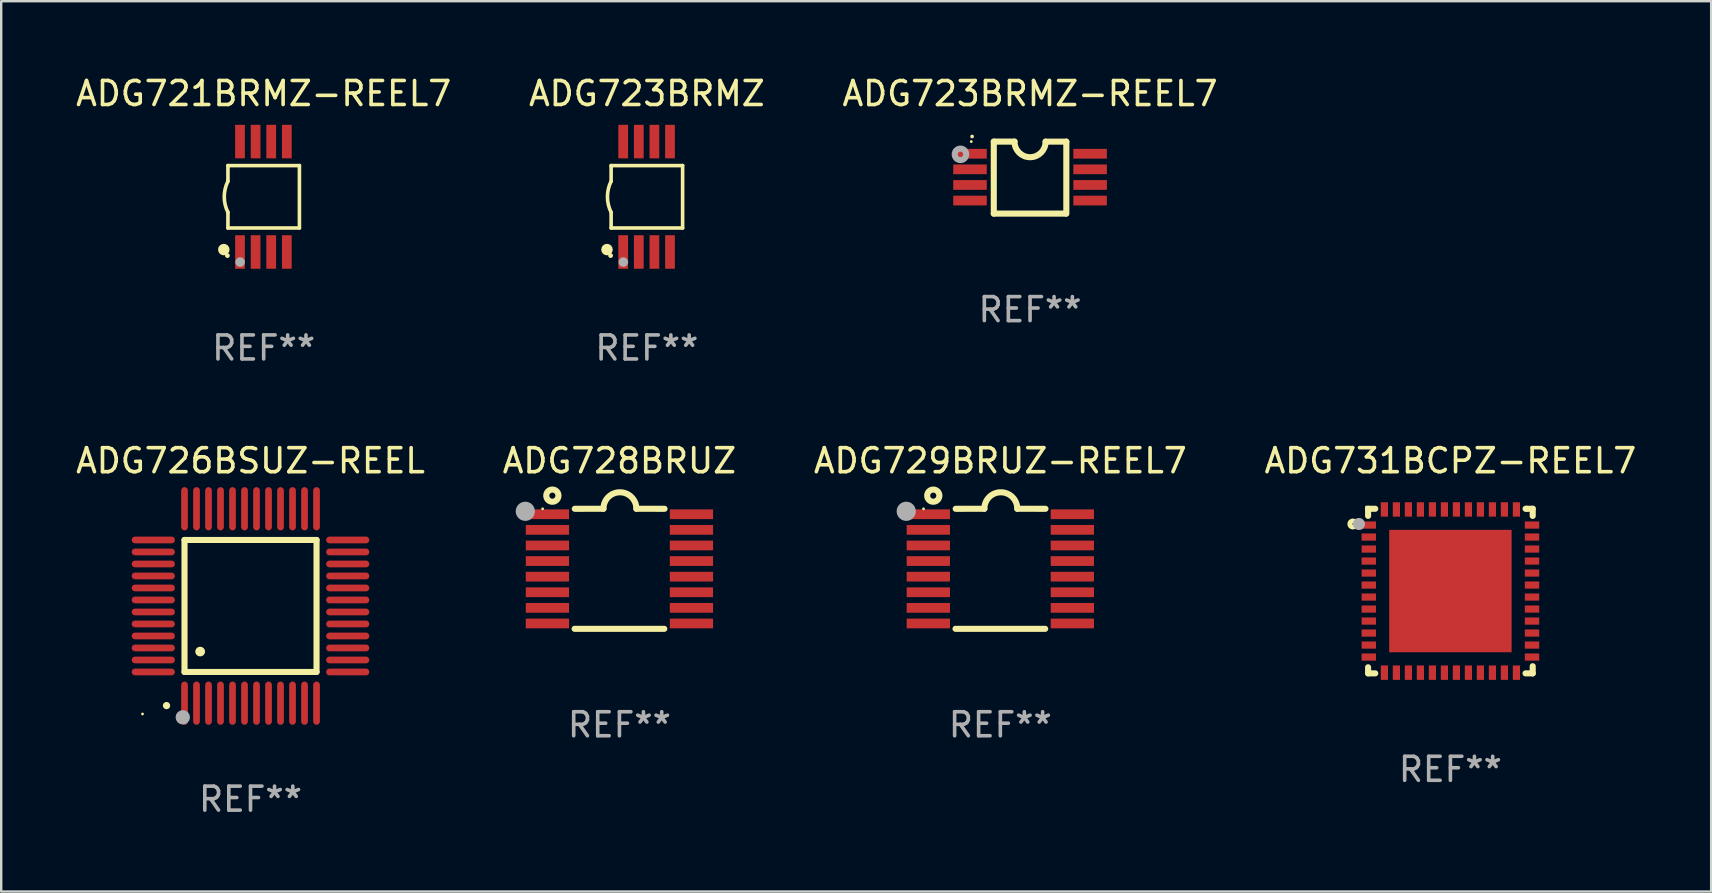
<source format=kicad_pcb>
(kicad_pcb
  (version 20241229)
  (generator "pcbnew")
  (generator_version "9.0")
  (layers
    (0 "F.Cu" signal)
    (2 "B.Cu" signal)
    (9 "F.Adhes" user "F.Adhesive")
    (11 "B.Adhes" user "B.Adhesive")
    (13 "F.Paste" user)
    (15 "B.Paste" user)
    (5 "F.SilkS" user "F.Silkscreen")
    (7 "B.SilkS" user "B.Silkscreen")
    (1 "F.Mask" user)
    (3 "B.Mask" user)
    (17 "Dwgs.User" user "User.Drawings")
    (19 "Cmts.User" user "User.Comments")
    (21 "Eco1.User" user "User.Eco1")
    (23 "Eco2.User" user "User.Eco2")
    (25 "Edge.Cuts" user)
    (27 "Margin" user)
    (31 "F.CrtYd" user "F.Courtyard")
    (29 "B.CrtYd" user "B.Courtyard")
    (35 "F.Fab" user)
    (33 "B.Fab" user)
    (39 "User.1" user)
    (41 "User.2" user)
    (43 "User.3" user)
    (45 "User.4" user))
  (footprint "ADG729BRUZ-REEL7"
    (layer "F.Cu")
    (at 38.625 20.646)
    (property "Reference" "ADG729BRUZ-REEL7" (at 0 -4.501 0) (layer "F.SilkS") (effects (font (size 1 1) (thickness 0.15))))
    (attr through_hole)
    (fp_line (start -1.868 2.501) (end 1.868 2.501) (stroke (width 0.254) (type solid)) (layer "F.SilkS"))
    (fp_line (start -1.86 -2.499) (end -0.666 -2.501) (stroke (width 0.254) (type solid)) (layer "F.SilkS"))
    (fp_line (start 0.706 -2.501) (end 1.88 -2.499) (stroke (width 0.254) (type solid)) (layer "F.SilkS"))
    (fp_arc (start -0.665914 -2.501448) (mid 0.019888 -3.18725) (end 0.70569 -2.501448) (stroke (width 0.254001) (type solid)) (layer "F.SilkS"))
    (fp_circle (center -3.2 -2.497) (end -3.17 -2.497) (stroke (width 0.06) (type solid)) (fill no) (layer "F.SilkS"))
    (fp_circle (center -2.794 -3.047) (end -2.54 -3.047) (stroke (width 0.254) (type solid)) (fill no) (layer "F.SilkS"))
    (fp_circle (center -3.921 -2.395) (end -3.721 -2.395) (stroke (width 0.4) (type solid)) (fill no) (layer "F.Fab"))
    (fp_text user "REF**" (at 0 6.501 0) (layer "F.Fab") (effects (font (size 1 1) (thickness 0.15))))
    (pad "1" smd rect (at -3 -2.272) (size 1.803 0.406) (layers "F.Cu" "F.Mask" "F.Paste"))
    (pad "2" smd rect (at -3 -1.622) (size 1.803 0.406) (layers "F.Cu" "F.Mask" "F.Paste"))
    (pad "3" smd rect (at -3 -0.972) (size 1.803 0.406) (layers "F.Cu" "F.Mask" "F.Paste"))
    (pad "4" smd rect (at -3 -0.322) (size 1.803 0.406) (layers "F.Cu" "F.Mask" "F.Paste"))
    (pad "5" smd rect (at -3 0.328) (size 1.803 0.406) (layers "F.Cu" "F.Mask" "F.Paste"))
    (pad "6" smd rect (at -3 0.978) (size 1.803 0.406) (layers "F.Cu" "F.Mask" "F.Paste"))
    (pad "7" smd rect (at -3 1.628) (size 1.803 0.406) (layers "F.Cu" "F.Mask" "F.Paste"))
    (pad "8" smd rect (at -3 2.278) (size 1.803 0.406) (layers "F.Cu" "F.Mask" "F.Paste"))
    (pad "9" smd rect (at 3 2.278) (size 1.803 0.406) (layers "F.Cu" "F.Mask" "F.Paste"))
    (pad "10" smd rect (at 3 1.628) (size 1.803 0.406) (layers "F.Cu" "F.Mask" "F.Paste"))
    (pad "11" smd rect (at 3 0.978) (size 1.803 0.406) (layers "F.Cu" "F.Mask" "F.Paste"))
    (pad "12" smd rect (at 3 0.328) (size 1.803 0.406) (layers "F.Cu" "F.Mask" "F.Paste"))
    (pad "13" smd rect (at 3 -0.322) (size 1.803 0.406) (layers "F.Cu" "F.Mask" "F.Paste"))
    (pad "14" smd rect (at 3 -0.972) (size 1.803 0.406) (layers "F.Cu" "F.Mask" "F.Paste"))
    (pad "15" smd rect (at 3 -1.622) (size 1.803 0.406) (layers "F.Cu" "F.Mask" "F.Paste"))
    (pad "16" smd rect (at 3 -2.272) (size 1.803 0.406) (layers "F.Cu" "F.Mask" "F.Paste")))
  (footprint "ADG723BRMZ-REEL7"
    (layer "F.Cu")
    (at 39.863 4.35)
    (property "Reference" "ADG723BRMZ-REEL7" (at 0 -3.501 0) (layer "F.SilkS") (effects (font (size 1 1) (thickness 0.15))))
    (attr through_hole)
    (fp_line (start -1.511 -1.501) (end -1.511 1.499) (stroke (width 0.254) (type solid)) (layer "F.SilkS"))
    (fp_line (start -1.511 -1.501) (end -0.648 -1.501) (stroke (width 0.254) (type solid)) (layer "F.SilkS"))
    (fp_line (start -1.511 1.499) (end 1.489 1.499) (stroke (width 0.254) (type solid)) (layer "F.SilkS"))
    (fp_line (start 0.648 -1.499) (end 1.511 -1.499) (stroke (width 0.254) (type solid)) (layer "F.SilkS"))
    (fp_line (start 1.511 -1.499) (end 1.511 1.501) (stroke (width 0.254) (type solid)) (layer "F.SilkS"))
    (fp_arc (start -2.41491 -1.713233) (mid -2.414916 -1.714503) (end -2.41491 -1.715773) (stroke (width 0.150013) (type solid)) (layer "F.SilkS"))
    (fp_arc (start 0.647803 -1.498603) (mid 0.000102 -0.850902) (end -0.647599 -1.498603) (stroke (width 0.254001) (type solid)) (layer "F.SilkS"))
    (fp_circle (center -2.45 -1.501) (end -2.42 -1.501) (stroke (width 0.06) (type solid)) (fill no) (layer "F.SilkS"))
    (fp_circle (center -2.9 -0.97) (end -2.788 -0.97) (stroke (width 0.254) (type solid)) (fill no) (layer "F.Fab"))
    (fp_text user "REF**" (at 0 5.501 0) (layer "F.Fab") (effects (font (size 1 1) (thickness 0.15))))
    (pad "1" smd rect (at -2.502 -0.995) (size 1.397 0.406) (layers "F.Cu" "F.Mask" "F.Paste"))
    (pad "2" smd rect (at -2.502 -0.345) (size 1.397 0.406) (layers "F.Cu" "F.Mask" "F.Paste"))
    (pad "3" smd rect (at -2.502 0.305) (size 1.397 0.406) (layers "F.Cu" "F.Mask" "F.Paste"))
    (pad "4" smd rect (at -2.502 0.955) (size 1.397 0.406) (layers "F.Cu" "F.Mask" "F.Paste"))
    (pad "5" smd rect (at 2.502 0.955) (size 1.397 0.406) (layers "F.Cu" "F.Mask" "F.Paste"))
    (pad "6" smd rect (at 2.502 0.305) (size 1.397 0.406) (layers "F.Cu" "F.Mask" "F.Paste"))
    (pad "7" smd rect (at 2.502 -0.345) (size 1.397 0.406) (layers "F.Cu" "F.Mask" "F.Paste"))
    (pad "8" smd rect (at 2.502 -0.995) (size 1.397 0.406) (layers "F.Cu" "F.Mask" "F.Paste")))
  (footprint "ADG728BRUZ"
    (layer "F.Cu")
    (at 22.756 20.646)
    (property "Reference" "ADG728BRUZ" (at 0 -4.501 0) (layer "F.SilkS") (effects (font (size 1 1) (thickness 0.15))))
    (attr through_hole)
    (fp_line (start -1.868 2.501) (end 1.868 2.501) (stroke (width 0.254) (type solid)) (layer "F.SilkS"))
    (fp_line (start -1.86 -2.499) (end -0.666 -2.501) (stroke (width 0.254) (type solid)) (layer "F.SilkS"))
    (fp_line (start 0.706 -2.501) (end 1.88 -2.499) (stroke (width 0.254) (type solid)) (layer "F.SilkS"))
    (fp_arc (start -0.665914 -2.501448) (mid 0.019888 -3.18725) (end 0.70569 -2.501448) (stroke (width 0.254001) (type solid)) (layer "F.SilkS"))
    (fp_circle (center -3.2 -2.497) (end -3.17 -2.497) (stroke (width 0.06) (type solid)) (fill no) (layer "F.SilkS"))
    (fp_circle (center -2.794 -3.047) (end -2.54 -3.047) (stroke (width 0.254) (type solid)) (fill no) (layer "F.SilkS"))
    (fp_circle (center -3.921 -2.395) (end -3.721 -2.395) (stroke (width 0.4) (type solid)) (fill no) (layer "F.Fab"))
    (fp_text user "REF**" (at 0 6.501 0) (layer "F.Fab") (effects (font (size 1 1) (thickness 0.15))))
    (pad "1" smd rect (at -3 -2.272) (size 1.803 0.406) (layers "F.Cu" "F.Mask" "F.Paste"))
    (pad "2" smd rect (at -3 -1.622) (size 1.803 0.406) (layers "F.Cu" "F.Mask" "F.Paste"))
    (pad "3" smd rect (at -3 -0.972) (size 1.803 0.406) (layers "F.Cu" "F.Mask" "F.Paste"))
    (pad "4" smd rect (at -3 -0.322) (size 1.803 0.406) (layers "F.Cu" "F.Mask" "F.Paste"))
    (pad "5" smd rect (at -3 0.328) (size 1.803 0.406) (layers "F.Cu" "F.Mask" "F.Paste"))
    (pad "6" smd rect (at -3 0.978) (size 1.803 0.406) (layers "F.Cu" "F.Mask" "F.Paste"))
    (pad "7" smd rect (at -3 1.628) (size 1.803 0.406) (layers "F.Cu" "F.Mask" "F.Paste"))
    (pad "8" smd rect (at -3 2.278) (size 1.803 0.406) (layers "F.Cu" "F.Mask" "F.Paste"))
    (pad "9" smd rect (at 3 2.278) (size 1.803 0.406) (layers "F.Cu" "F.Mask" "F.Paste"))
    (pad "10" smd rect (at 3 1.628) (size 1.803 0.406) (layers "F.Cu" "F.Mask" "F.Paste"))
    (pad "11" smd rect (at 3 0.978) (size 1.803 0.406) (layers "F.Cu" "F.Mask" "F.Paste"))
    (pad "12" smd rect (at 3 0.328) (size 1.803 0.406) (layers "F.Cu" "F.Mask" "F.Paste"))
    (pad "13" smd rect (at 3 -0.322) (size 1.803 0.406) (layers "F.Cu" "F.Mask" "F.Paste"))
    (pad "14" smd rect (at 3 -0.972) (size 1.803 0.406) (layers "F.Cu" "F.Mask" "F.Paste"))
    (pad "15" smd rect (at 3 -1.622) (size 1.803 0.406) (layers "F.Cu" "F.Mask" "F.Paste"))
    (pad "16" smd rect (at 3 -2.272) (size 1.803 0.406) (layers "F.Cu" "F.Mask" "F.Paste")))
  (footprint "ADG721BRMZ-REEL7"
    (layer "F.Cu")
    (at 7.935 5.148)
    (property "Reference" "ADG721BRMZ-REEL7" (at 0 -4.3 0) (layer "F.SilkS") (effects (font (size 1 1) (thickness 0.15))))
    (attr through_hole)
    (fp_line (start -1.489 -1.3) (end -1.489 -0.648) (stroke (width 0.15) (type solid)) (layer "F.SilkS"))
    (fp_line (start -1.489 0.648) (end -1.489 1.3) (stroke (width 0.15) (type solid)) (layer "F.SilkS"))
    (fp_line (start -1.489 1.3) (end 1.489 1.3) (stroke (width 0.15) (type solid)) (layer "F.SilkS"))
    (fp_line (start 1.489 -1.3) (end -1.489 -1.3) (stroke (width 0.15) (type solid)) (layer "F.SilkS"))
    (fp_line (start 1.489 1.3) (end 1.489 -1.3) (stroke (width 0.15) (type solid)) (layer "F.SilkS"))
    (fp_arc (start -1.489205 0.647702) (mid -1.642107 0) (end -1.489205 -0.647701) (stroke (width 0.150013) (type solid)) (layer "F.SilkS"))
    (fp_circle (center -1.661 2.2) (end -1.541 2.2) (stroke (width 0.24) (type solid)) (fill no) (layer "F.SilkS"))
    (fp_circle (center -1.511 2.45) (end -1.461 2.45) (stroke (width 0.1) (type solid)) (fill no) (layer "F.SilkS"))
    (fp_circle (center -0.981 2.72) (end -0.881 2.72) (stroke (width 0.2) (type solid)) (fill no) (layer "F.Fab"))
    (fp_text user "REF**" (at 0 6.3 0) (layer "F.Fab") (effects (font (size 1 1) (thickness 0.15))))
    (pad "1" smd rect (at -0.986 2.3) (size 0.406 1.397) (layers "F.Cu" "F.Mask" "F.Paste"))
    (pad "2" smd rect (at -0.336 2.3) (size 0.406 1.397) (layers "F.Cu" "F.Mask" "F.Paste"))
    (pad "3" smd rect (at 0.314 2.3) (size 0.406 1.397) (layers "F.Cu" "F.Mask" "F.Paste"))
    (pad "4" smd rect (at 0.964 2.3) (size 0.406 1.397) (layers "F.Cu" "F.Mask" "F.Paste"))
    (pad "5" smd rect (at 0.964 -2.3) (size 0.406 1.397) (layers "F.Cu" "F.Mask" "F.Paste"))
    (pad "6" smd rect (at 0.314 -2.3) (size 0.406 1.397) (layers "F.Cu" "F.Mask" "F.Paste"))
    (pad "7" smd rect (at -0.336 -2.3) (size 0.406 1.397) (layers "F.Cu" "F.Mask" "F.Paste"))
    (pad "8" smd rect (at -0.986 -2.3) (size 0.406 1.397) (layers "F.Cu" "F.Mask" "F.Paste")))
  (footprint "ADG731BCPZ-REEL7"
    (layer "F.Cu")
    (at 57.375 21.574)
    (property "Reference" "ADG731BCPZ-REEL7" (at 0 -5.429 0) (layer "F.SilkS") (effects (font (size 1 1) (thickness 0.15))))
    (attr through_hole)
    (fp_line (start -3.429 -3.429) (end -3.429 -3.131) (stroke (width 0.254) (type solid)) (layer "F.SilkS"))
    (fp_line (start -3.429 3.429) (end -3.429 3.175) (stroke (width 0.254) (type solid)) (layer "F.SilkS"))
    (fp_line (start -3.131 -3.429) (end -3.429 -3.429) (stroke (width 0.254) (type solid)) (layer "F.SilkS"))
    (fp_line (start -3.131 3.429) (end -3.429 3.429) (stroke (width 0.254) (type solid)) (layer "F.SilkS"))
    (fp_line (start 3.175 -3.429) (end 3.131 -3.429) (stroke (width 0.254) (type solid)) (layer "F.SilkS"))
    (fp_line (start 3.429 -3.429) (end 3.175 -3.429) (stroke (width 0.254) (type solid)) (layer "F.SilkS"))
    (fp_line (start 3.429 -3.131) (end 3.429 -3.429) (stroke (width 0.254) (type solid)) (layer "F.SilkS"))
    (fp_line (start 3.429 3.131) (end 3.429 3.429) (stroke (width 0.254) (type solid)) (layer "F.SilkS"))
    (fp_line (start 3.429 3.429) (end 3.131 3.429) (stroke (width 0.254) (type solid)) (layer "F.SilkS"))
    (fp_circle (center -4.064 -2.794) (end -3.937 -2.794) (stroke (width 0.204) (type solid)) (fill no) (layer "F.SilkS"))
    (fp_circle (center -3.501 -3.501) (end -3.471 -3.501) (stroke (width 0.06) (type solid)) (fill no) (layer "F.SilkS"))
    (fp_circle (center -3.81 -2.794) (end -3.683 -2.794) (stroke (width 0.254) (type solid)) (fill no) (layer "F.Fab"))
    (fp_text user "REF**" (at 0 7.429 0) (layer "F.Fab") (effects (font (size 1 1) (thickness 0.15))))
    (pad "1" smd rect (at -3.4 -2.75) (size 0.6 0.3) (layers "F.Cu" "F.Mask" "F.Paste"))
    (pad "2" smd rect (at -3.4 -2.25) (size 0.6 0.3) (layers "F.Cu" "F.Mask" "F.Paste"))
    (pad "3" smd rect (at -3.4 -1.75) (size 0.6 0.3) (layers "F.Cu" "F.Mask" "F.Paste"))
    (pad "4" smd rect (at -3.4 -1.25) (size 0.6 0.3) (layers "F.Cu" "F.Mask" "F.Paste"))
    (pad "5" smd rect (at -3.4 -0.75) (size 0.6 0.3) (layers "F.Cu" "F.Mask" "F.Paste"))
    (pad "6" smd rect (at -3.4 -0.25) (size 0.6 0.3) (layers "F.Cu" "F.Mask" "F.Paste"))
    (pad "7" smd rect (at -3.4 0.25) (size 0.6 0.3) (layers "F.Cu" "F.Mask" "F.Paste"))
    (pad "8" smd rect (at -3.4 0.75) (size 0.6 0.3) (layers "F.Cu" "F.Mask" "F.Paste"))
    (pad "9" smd rect (at -3.4 1.25) (size 0.6 0.3) (layers "F.Cu" "F.Mask" "F.Paste"))
    (pad "10" smd rect (at -3.4 1.75) (size 0.6 0.3) (layers "F.Cu" "F.Mask" "F.Paste"))
    (pad "11" smd rect (at -3.4 2.25) (size 0.6 0.3) (layers "F.Cu" "F.Mask" "F.Paste"))
    (pad "12" smd rect (at -3.4 2.75) (size 0.6 0.3) (layers "F.Cu" "F.Mask" "F.Paste"))
    (pad "13" smd rect (at -2.75 3.4) (size 0.3 0.6) (layers "F.Cu" "F.Mask" "F.Paste"))
    (pad "14" smd rect (at -2.25 3.4) (size 0.3 0.6) (layers "F.Cu" "F.Mask" "F.Paste"))
    (pad "15" smd rect (at -1.75 3.4) (size 0.3 0.6) (layers "F.Cu" "F.Mask" "F.Paste"))
    (pad "16" smd rect (at -1.25 3.4) (size 0.3 0.6) (layers "F.Cu" "F.Mask" "F.Paste"))
    (pad "17" smd rect (at -0.75 3.4) (size 0.3 0.6) (layers "F.Cu" "F.Mask" "F.Paste"))
    (pad "18" smd rect (at -0.25 3.4) (size 0.3 0.6) (layers "F.Cu" "F.Mask" "F.Paste"))
    (pad "19" smd rect (at 0.25 3.4) (size 0.3 0.6) (layers "F.Cu" "F.Mask" "F.Paste"))
    (pad "20" smd rect (at 0.75 3.4) (size 0.3 0.6) (layers "F.Cu" "F.Mask" "F.Paste"))
    (pad "21" smd rect (at 1.25 3.4) (size 0.3 0.6) (layers "F.Cu" "F.Mask" "F.Paste"))
    (pad "22" smd rect (at 1.75 3.4) (size 0.3 0.6) (layers "F.Cu" "F.Mask" "F.Paste"))
    (pad "23" smd rect (at 2.25 3.4) (size 0.3 0.6) (layers "F.Cu" "F.Mask" "F.Paste"))
    (pad "24" smd rect (at 2.75 3.4) (size 0.3 0.6) (layers "F.Cu" "F.Mask" "F.Paste"))
    (pad "25" smd rect (at 3.4 2.75) (size 0.6 0.3) (layers "F.Cu" "F.Mask" "F.Paste"))
    (pad "26" smd rect (at 3.4 2.25) (size 0.6 0.3) (layers "F.Cu" "F.Mask" "F.Paste"))
    (pad "27" smd rect (at 3.4 1.75) (size 0.6 0.3) (layers "F.Cu" "F.Mask" "F.Paste"))
    (pad "28" smd rect (at 3.4 1.25) (size 0.6 0.3) (layers "F.Cu" "F.Mask" "F.Paste"))
    (pad "29" smd rect (at 3.4 0.75) (size 0.6 0.3) (layers "F.Cu" "F.Mask" "F.Paste"))
    (pad "30" smd rect (at 3.4 0.25) (size 0.6 0.3) (layers "F.Cu" "F.Mask" "F.Paste"))
    (pad "31" smd rect (at 3.4 -0.25) (size 0.6 0.3) (layers "F.Cu" "F.Mask" "F.Paste"))
    (pad "32" smd rect (at 3.4 -0.75) (size 0.6 0.3) (layers "F.Cu" "F.Mask" "F.Paste"))
    (pad "33" smd rect (at 3.4 -1.25) (size 0.6 0.3) (layers "F.Cu" "F.Mask" "F.Paste"))
    (pad "34" smd rect (at 3.4 -1.75) (size 0.6 0.3) (layers "F.Cu" "F.Mask" "F.Paste"))
    (pad "35" smd rect (at 3.4 -2.25) (size 0.6 0.3) (layers "F.Cu" "F.Mask" "F.Paste"))
    (pad "36" smd rect (at 3.4 -2.75) (size 0.6 0.3) (layers "F.Cu" "F.Mask" "F.Paste"))
    (pad "37" smd rect (at 2.75 -3.4) (size 0.3 0.6) (layers "F.Cu" "F.Mask" "F.Paste"))
    (pad "38" smd rect (at 2.25 -3.4) (size 0.3 0.6) (layers "F.Cu" "F.Mask" "F.Paste"))
    (pad "39" smd rect (at 1.75 -3.4) (size 0.3 0.6) (layers "F.Cu" "F.Mask" "F.Paste"))
    (pad "40" smd rect (at 1.25 -3.4) (size 0.3 0.6) (layers "F.Cu" "F.Mask" "F.Paste"))
    (pad "41" smd rect (at 0.75 -3.4) (size 0.3 0.6) (layers "F.Cu" "F.Mask" "F.Paste"))
    (pad "42" smd rect (at 0.25 -3.4) (size 0.3 0.6) (layers "F.Cu" "F.Mask" "F.Paste"))
    (pad "43" smd rect (at -0.25 -3.4) (size 0.3 0.6) (layers "F.Cu" "F.Mask" "F.Paste"))
    (pad "44" smd rect (at -0.75 -3.4) (size 0.3 0.6) (layers "F.Cu" "F.Mask" "F.Paste"))
    (pad "45" smd rect (at -1.25 -3.4) (size 0.3 0.6) (layers "F.Cu" "F.Mask" "F.Paste"))
    (pad "46" smd rect (at -1.75 -3.4) (size 0.3 0.6) (layers "F.Cu" "F.Mask" "F.Paste"))
    (pad "47" smd rect (at -2.25 -3.4) (size 0.3 0.6) (layers "F.Cu" "F.Mask" "F.Paste"))
    (pad "48" smd rect (at -2.75 -3.4) (size 0.3 0.6) (layers "F.Cu" "F.Mask" "F.Paste"))
    (pad "49" smd rect (at -0.000025 -0.000025 270) (size 5.1 5.1) (layers "F.Cu" "F.Mask" "F.Paste")))
  (footprint "ADG726BSUZ-REEL"
    (layer "F.Cu")
    (at 7.387 22.195)
    (property "Reference" "ADG726BSUZ-REEL" (at 0 -6.05 0) (layer "F.SilkS") (effects (font (size 1 1) (thickness 0.15))))
    (attr through_hole)
    (fp_line (start -2.75 -2.75) (end 2.75 -2.75) (stroke (width 0.254) (type solid)) (layer "F.SilkS"))
    (fp_line (start -2.75 2.75) (end -2.75 -2.75) (stroke (width 0.254) (type solid)) (layer "F.SilkS"))
    (fp_line (start 2.75 -2.75) (end 2.75 2.75) (stroke (width 0.254) (type solid)) (layer "F.SilkS"))
    (fp_line (start 2.75 2.75) (end -2.75 2.75) (stroke (width 0.254) (type solid)) (layer "F.SilkS"))
    (fp_arc (start -3.500127 4.150368) (mid -3.498857 4.150363) (end -3.497587 4.150368) (stroke (width 0.3) (type solid)) (layer "F.SilkS"))
    (fp_arc (start -2.100584 1.899924) (mid -2.098044 1.899908) (end -2.095504 1.899924) (stroke (width 0.4) (type solid)) (layer "F.SilkS"))
    (fp_circle (center -4.5 4.5) (end -4.47 4.5) (stroke (width 0.06) (type solid)) (fill no) (layer "F.SilkS"))
    (fp_circle (center -2.822 4.638) (end -2.672 4.638) (stroke (width 0.3) (type solid)) (fill no) (layer "F.Fab"))
    (fp_text user "REF**" (at 0 8.05 0) (layer "F.Fab") (effects (font (size 1 1) (thickness 0.15))))
    (pad "1" smd oval (at -2.75 4.05) (size 0.28 1.8) (layers "F.Cu" "F.Mask" "F.Paste"))
    (pad "2" smd oval (at -2.25 4.05) (size 0.28 1.8) (layers "F.Cu" "F.Mask" "F.Paste"))
    (pad "3" smd oval (at -1.75 4.05) (size 0.28 1.8) (layers "F.Cu" "F.Mask" "F.Paste"))
    (pad "4" smd oval (at -1.25 4.05) (size 0.28 1.8) (layers "F.Cu" "F.Mask" "F.Paste"))
    (pad "5" smd oval (at -0.75 4.05) (size 0.28 1.8) (layers "F.Cu" "F.Mask" "F.Paste"))
    (pad "6" smd oval (at -0.25 4.05) (size 0.28 1.8) (layers "F.Cu" "F.Mask" "F.Paste"))
    (pad "7" smd oval (at 0.25 4.05) (size 0.28 1.8) (layers "F.Cu" "F.Mask" "F.Paste"))
    (pad "8" smd oval (at 0.75 4.05) (size 0.28 1.8) (layers "F.Cu" "F.Mask" "F.Paste"))
    (pad "9" smd oval (at 1.25 4.05) (size 0.28 1.8) (layers "F.Cu" "F.Mask" "F.Paste"))
    (pad "10" smd oval (at 1.75 4.05) (size 0.28 1.8) (layers "F.Cu" "F.Mask" "F.Paste"))
    (pad "11" smd oval (at 2.25 4.05) (size 0.28 1.8) (layers "F.Cu" "F.Mask" "F.Paste"))
    (pad "12" smd oval (at 2.75 4.05) (size 0.28 1.8) (layers "F.Cu" "F.Mask" "F.Paste"))
    (pad "13" smd oval (at 4.05 2.75) (size 1.8 0.28) (layers "F.Cu" "F.Mask" "F.Paste"))
    (pad "14" smd oval (at 4.05 2.25) (size 1.8 0.28) (layers "F.Cu" "F.Mask" "F.Paste"))
    (pad "15" smd oval (at 4.05 1.75) (size 1.8 0.28) (layers "F.Cu" "F.Mask" "F.Paste"))
    (pad "16" smd oval (at 4.05 1.25) (size 1.8 0.28) (layers "F.Cu" "F.Mask" "F.Paste"))
    (pad "17" smd oval (at 4.05 0.75) (size 1.8 0.28) (layers "F.Cu" "F.Mask" "F.Paste"))
    (pad "18" smd oval (at 4.05 0.25) (size 1.8 0.28) (layers "F.Cu" "F.Mask" "F.Paste"))
    (pad "19" smd oval (at 4.05 -0.25) (size 1.8 0.28) (layers "F.Cu" "F.Mask" "F.Paste"))
    (pad "20" smd oval (at 4.05 -0.75) (size 1.8 0.28) (layers "F.Cu" "F.Mask" "F.Paste"))
    (pad "21" smd oval (at 4.05 -1.25) (size 1.8 0.28) (layers "F.Cu" "F.Mask" "F.Paste"))
    (pad "22" smd oval (at 4.05 -1.75) (size 1.8 0.28) (layers "F.Cu" "F.Mask" "F.Paste"))
    (pad "23" smd oval (at 4.05 -2.25) (size 1.8 0.28) (layers "F.Cu" "F.Mask" "F.Paste"))
    (pad "24" smd oval (at 4.05 -2.75) (size 1.8 0.28) (layers "F.Cu" "F.Mask" "F.Paste"))
    (pad "25" smd oval (at 2.75 -4.05) (size 0.28 1.8) (layers "F.Cu" "F.Mask" "F.Paste"))
    (pad "26" smd oval (at 2.25 -4.05) (size 0.28 1.8) (layers "F.Cu" "F.Mask" "F.Paste"))
    (pad "27" smd oval (at 1.75 -4.05) (size 0.28 1.8) (layers "F.Cu" "F.Mask" "F.Paste"))
    (pad "28" smd oval (at 1.25 -4.05) (size 0.28 1.8) (layers "F.Cu" "F.Mask" "F.Paste"))
    (pad "29" smd oval (at 0.75 -4.05) (size 0.28 1.8) (layers "F.Cu" "F.Mask" "F.Paste"))
    (pad "30" smd oval (at 0.25 -4.05) (size 0.28 1.8) (layers "F.Cu" "F.Mask" "F.Paste"))
    (pad "31" smd oval (at -0.25 -4.05) (size 0.28 1.8) (layers "F.Cu" "F.Mask" "F.Paste"))
    (pad "32" smd oval (at -0.75 -4.05) (size 0.28 1.8) (layers "F.Cu" "F.Mask" "F.Paste"))
    (pad "33" smd oval (at -1.25 -4.05) (size 0.28 1.8) (layers "F.Cu" "F.Mask" "F.Paste"))
    (pad "34" smd oval (at -1.75 -4.05) (size 0.28 1.8) (layers "F.Cu" "F.Mask" "F.Paste"))
    (pad "35" smd oval (at -2.25 -4.05) (size 0.28 1.8) (layers "F.Cu" "F.Mask" "F.Paste"))
    (pad "36" smd oval (at -2.75 -4.05) (size 0.28 1.8) (layers "F.Cu" "F.Mask" "F.Paste"))
    (pad "37" smd oval (at -4.05 -2.75) (size 1.8 0.28) (layers "F.Cu" "F.Mask" "F.Paste"))
    (pad "38" smd oval (at -4.05 -2.25) (size 1.8 0.28) (layers "F.Cu" "F.Mask" "F.Paste"))
    (pad "39" smd oval (at -4.05 -1.75) (size 1.8 0.28) (layers "F.Cu" "F.Mask" "F.Paste"))
    (pad "40" smd oval (at -4.05 -1.25) (size 1.8 0.28) (layers "F.Cu" "F.Mask" "F.Paste"))
    (pad "41" smd oval (at -4.05 -0.75) (size 1.8 0.28) (layers "F.Cu" "F.Mask" "F.Paste"))
    (pad "42" smd oval (at -4.05 -0.25) (size 1.8 0.28) (layers "F.Cu" "F.Mask" "F.Paste"))
    (pad "43" smd oval (at -4.05 0.25) (size 1.8 0.28) (layers "F.Cu" "F.Mask" "F.Paste"))
    (pad "44" smd oval (at -4.05 0.75) (size 1.8 0.28) (layers "F.Cu" "F.Mask" "F.Paste"))
    (pad "45" smd oval (at -4.05 1.25) (size 1.8 0.28) (layers "F.Cu" "F.Mask" "F.Paste"))
    (pad "46" smd oval (at -4.05 1.75) (size 1.8 0.28) (layers "F.Cu" "F.Mask" "F.Paste"))
    (pad "47" smd oval (at -4.05 2.25) (size 1.8 0.28) (layers "F.Cu" "F.Mask" "F.Paste"))
    (pad "48" smd oval (at -4.05 2.75) (size 1.8 0.28) (layers "F.Cu" "F.Mask" "F.Paste")))
  (footprint "ADG723BRMZ"
    (layer "F.Cu")
    (at 23.899 5.148)
    (property "Reference" "ADG723BRMZ" (at 0 -4.3 0) (layer "F.SilkS") (effects (font (size 1 1) (thickness 0.15))))
    (attr through_hole)
    (fp_line (start -1.489 -1.3) (end -1.489 -0.648) (stroke (width 0.15) (type solid)) (layer "F.SilkS"))
    (fp_line (start -1.489 0.648) (end -1.489 1.3) (stroke (width 0.15) (type solid)) (layer "F.SilkS"))
    (fp_line (start -1.489 1.3) (end 1.489 1.3) (stroke (width 0.15) (type solid)) (layer "F.SilkS"))
    (fp_line (start 1.489 -1.3) (end -1.489 -1.3) (stroke (width 0.15) (type solid)) (layer "F.SilkS"))
    (fp_line (start 1.489 1.3) (end 1.489 -1.3) (stroke (width 0.15) (type solid)) (layer "F.SilkS"))
    (fp_arc (start -1.489205 0.647702) (mid -1.642107 0) (end -1.489205 -0.647701) (stroke (width 0.150013) (type solid)) (layer "F.SilkS"))
    (fp_circle (center -1.661 2.2) (end -1.541 2.2) (stroke (width 0.24) (type solid)) (fill no) (layer "F.SilkS"))
    (fp_circle (center -1.511 2.45) (end -1.461 2.45) (stroke (width 0.1) (type solid)) (fill no) (layer "F.SilkS"))
    (fp_circle (center -0.981 2.72) (end -0.881 2.72) (stroke (width 0.2) (type solid)) (fill no) (layer "F.Fab"))
    (fp_text user "REF**" (at 0 6.3 0) (layer "F.Fab") (effects (font (size 1 1) (thickness 0.15))))
    (pad "1" smd rect (at -0.986 2.3) (size 0.406 1.397) (layers "F.Cu" "F.Mask" "F.Paste"))
    (pad "2" smd rect (at -0.336 2.3) (size 0.406 1.397) (layers "F.Cu" "F.Mask" "F.Paste"))
    (pad "3" smd rect (at 0.314 2.3) (size 0.406 1.397) (layers "F.Cu" "F.Mask" "F.Paste"))
    (pad "4" smd rect (at 0.964 2.3) (size 0.406 1.397) (layers "F.Cu" "F.Mask" "F.Paste"))
    (pad "5" smd rect (at 0.964 -2.3) (size 0.406 1.397) (layers "F.Cu" "F.Mask" "F.Paste"))
    (pad "6" smd rect (at 0.314 -2.3) (size 0.406 1.397) (layers "F.Cu" "F.Mask" "F.Paste"))
    (pad "7" smd rect (at -0.336 -2.3) (size 0.406 1.397) (layers "F.Cu" "F.Mask" "F.Paste"))
    (pad "8" smd rect (at -0.986 -2.3) (size 0.406 1.397) (layers "F.Cu" "F.Mask" "F.Paste")))
  (gr_rect
    (start -3 -3)
    (end 68.238 34.093)
    (stroke (width 0.1) (type default))
    (fill no)
    (layer "Edge.Cuts")))
</source>
